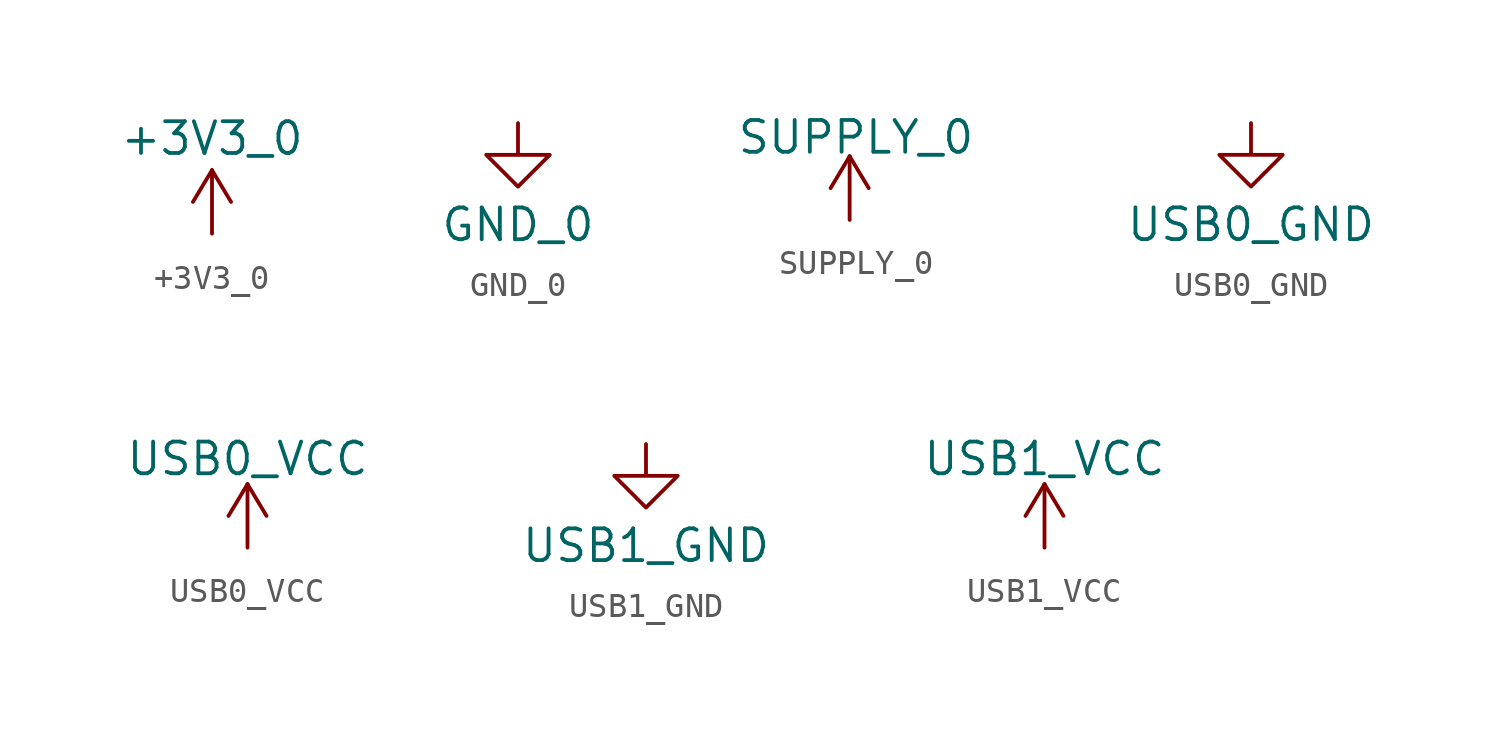
<source format=kicad_sym>
(kicad_symbol_lib
  (version 20220914)
  (generator kicad_symbol_editor)
  (symbol "+3V3_0"
    (power)
    (property "Reference" "#PWR"
      (at 0 -2.54 0)
      (effects (font (size 1.27 1.27)) hide))
    (property "Value" "+3V3_0"
      (at 0 3.81 0)
      (effects (font (size 1.27 1.27))))
    (symbol "+3V3_0_0_1"
      (polyline (pts (xy -0.762 1.27) (xy 0 2.54)) (stroke (width 0) (type default)) (fill (type none)))
      (polyline (pts (xy 0 0) (xy 0 2.54)) (stroke (width 0) (type default)) (fill (type none)))
      (polyline (pts (xy 0 2.54) (xy 0.762 1.27)) (stroke (width 0) (type default)) (fill (type none))))
    (symbol "+3V3_0_1_1"
      (pin power_in line (at 0 0 90) (length 0) hide (name "+3V3_0" (effects (font (size 1.27 1.27)))) (number "1" (effects (font (size 1.27 1.27)))))))
  (symbol "GND_0"
    (power)
    (property "Reference" "#PWR"
      (at 2.54 -2.54 0)
      (effects (font (size 1.27 1.27)) hide))
    (property "Value" "GND_0"
      (at 0 -4.064 0)
      (effects (font (size 1.27 1.27))))
    (symbol "GND_0_0_1"
      (polyline (pts (xy 0 0) (xy 0 -1.27) (xy 1.27 -1.27) (xy 0 -2.54) (xy -1.27 -1.27) (xy 0 -1.27)) (stroke (width 0) (type default)) (fill (type none))))
    (symbol "GND_0_1_1"
      (pin power_in line (at 0 0 270) (length 0) hide (name "GND" (effects (font (size 1.27 1.27)))) (number "1" (effects (font (size 1.27 1.27)))))))
  (symbol "SUPPLY_0"
    (power)
    (property "Reference" "#PWR"
      (at 1.778 -1.524 0)
      (effects (font (size 1.27 1.27)) hide))
    (property "Value" "SUPPLY_0"
      (at 0.254 3.302 0)
      (effects (font (size 1.27 1.27))))
    (symbol "SUPPLY_0_0_1"
      (polyline (pts (xy -0.762 1.27) (xy 0 2.54)) (stroke (width 0) (type default)) (fill (type none)))
      (polyline (pts (xy 0 0) (xy 0 2.54)) (stroke (width 0) (type default)) (fill (type none)))
      (polyline (pts (xy 0 2.54) (xy 0.762 1.27)) (stroke (width 0) (type default)) (fill (type none))))
    (symbol "SUPPLY_0_1_1"
      (pin power_in line (at 0 0 90) (length 0) hide (name "SUPPLY" (effects (font (size 1.27 1.27)))) (number "1" (effects (font (size 1.27 1.27)))))))
  (symbol "USB0_GND"
    (power)
    (property "Reference" "#PWR"
      (at 2.54 -2.54 0)
      (effects (font (size 1.27 1.27)) hide))
    (property "Value" "USB0_GND"
      (at 0 -4.064 0)
      (effects (font (size 1.27 1.27))))
    (symbol "USB0_GND_0_1"
      (polyline (pts (xy 0 0) (xy 0 -1.27) (xy 1.27 -1.27) (xy 0 -2.54) (xy -1.27 -1.27) (xy 0 -1.27)) (stroke (width 0) (type default)) (fill (type none))))
    (symbol "USB0_GND_1_1"
      (pin power_in line (at 0 0 270) (length 0) hide (name "USB0_GND" (effects (font (size 1.27 1.27)))) (number "1" (effects (font (size 1.27 1.27)))))))
  (symbol "USB0_VCC"
    (power)
    (property "Reference" "#PWR"
      (at 4.826 -1.524 0)
      (effects (font (size 1.27 1.27)) hide))
    (property "Value" "USB0_VCC"
      (at 0 3.556 0)
      (effects (font (size 1.27 1.27))))
    (symbol "USB0_VCC_0_1"
      (polyline (pts (xy -0.762 1.27) (xy 0 2.54)) (stroke (width 0) (type default)) (fill (type none)))
      (polyline (pts (xy 0 0) (xy 0 2.54)) (stroke (width 0) (type default)) (fill (type none)))
      (polyline (pts (xy 0 2.54) (xy 0.762 1.27)) (stroke (width 0) (type default)) (fill (type none))))
    (symbol "USB0_VCC_1_1"
      (pin power_in line (at 0 0 90) (length 0) hide (name "USB_VCC" (effects (font (size 1.27 1.27)))) (number "1" (effects (font (size 1.27 1.27)))))))
  (symbol "USB1_GND"
    (power)
    (property "Reference" "#PWR"
      (at 2.54 -2.54 0)
      (effects (font (size 1.27 1.27)) hide))
    (property "Value" "USB1_GND"
      (at 0 -4.064 0)
      (effects (font (size 1.27 1.27))))
    (symbol "USB1_GND_0_1"
      (polyline (pts (xy 0 0) (xy 0 -1.27) (xy 1.27 -1.27) (xy 0 -2.54) (xy -1.27 -1.27) (xy 0 -1.27)) (stroke (width 0) (type default)) (fill (type none))))
    (symbol "USB1_GND_1_1"
      (pin power_in line (at 0 0 270) (length 0) hide (name "USB1_GND" (effects (font (size 1.27 1.27)))) (number "1" (effects (font (size 1.27 1.27)))))))
  (symbol "USB1_VCC"
    (power)
    (property "Reference" "#PWR"
      (at 4.826 -1.524 0)
      (effects (font (size 1.27 1.27)) hide))
    (property "Value" "USB1_VCC"
      (at 0 3.556 0)
      (effects (font (size 1.27 1.27))))
    (symbol "USB1_VCC_0_1"
      (polyline (pts (xy -0.762 1.27) (xy 0 2.54)) (stroke (width 0) (type default)) (fill (type none)))
      (polyline (pts (xy 0 0) (xy 0 2.54)) (stroke (width 0) (type default)) (fill (type none)))
      (polyline (pts (xy 0 2.54) (xy 0.762 1.27)) (stroke (width 0) (type default)) (fill (type none))))
    (symbol "USB1_VCC_1_1"
      (pin power_in line (at 0 0 90) (length 0) hide (name "USB1_VCC" (effects (font (size 1.27 1.27)))) (number "1" (effects (font (size 1.27 1.27))))))))
</source>
